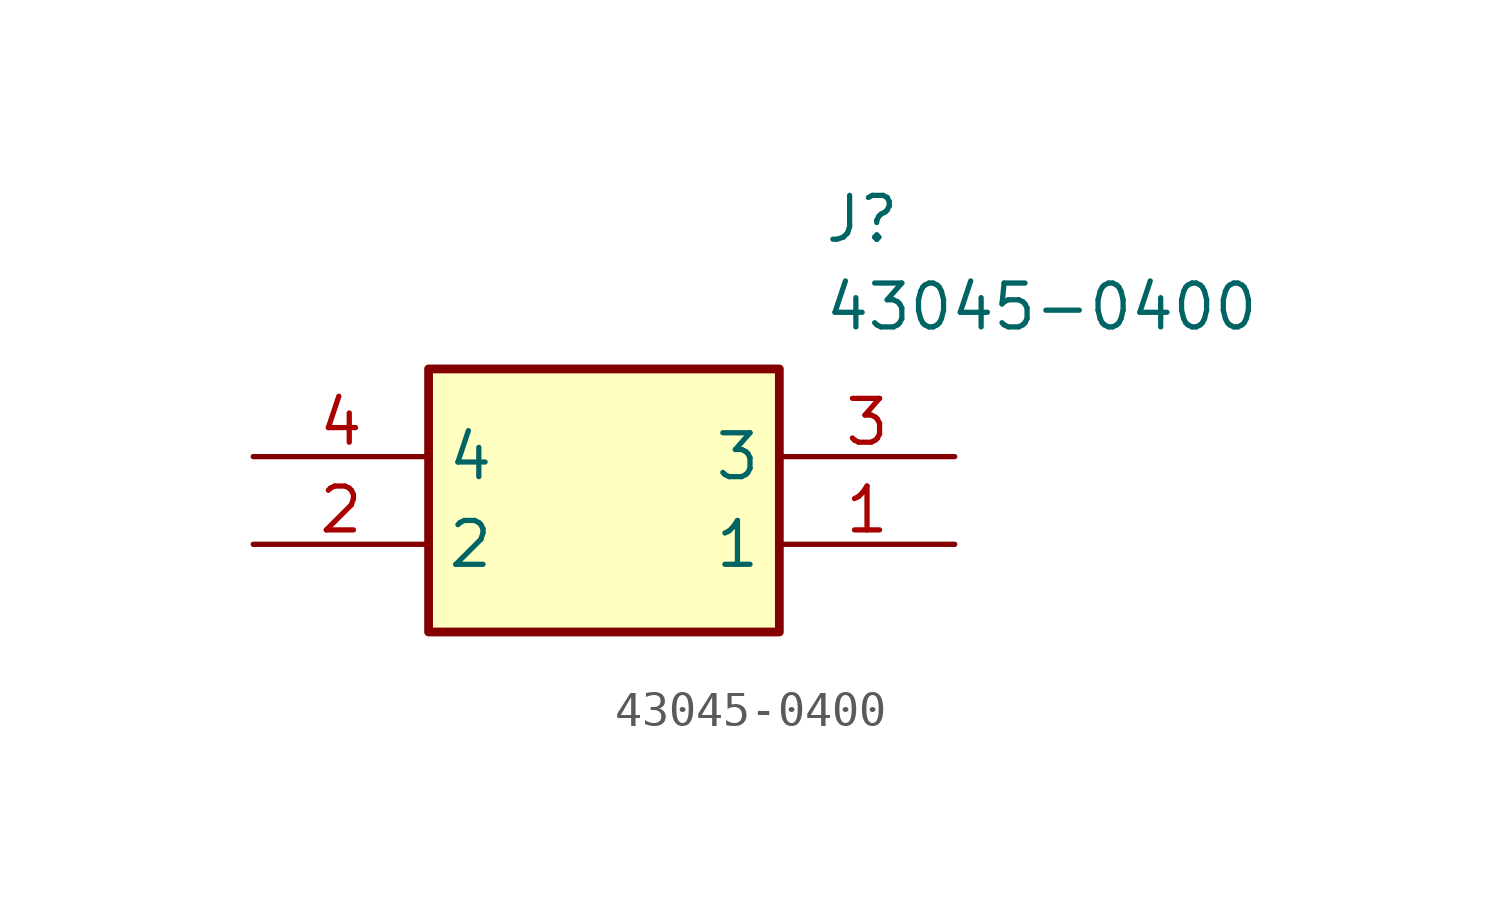
<source format=kicad_sym>
(kicad_symbol_lib
  (version 20211014)
  (generator SamacSys_ECAD_Model)
  (symbol "43045-0400"
    (property "Reference" "J"
      (at 16.51 7.62 0)
      (effects (font (size 1.27 1.27)) (justify left top)))
    (property "Value" "43045-0400"
      (at 16.51 5.08 0)
      (effects (font (size 1.27 1.27)) (justify left top)))
    (rectangle
      (start 5.08 2.54)
      (end 15.24 -5.08)
      (stroke (width 0.254) (type default))
      (fill (type background)))
    (pin passive line
      (at 20.32 -2.54 180)
      (length 5.08)
      (name "1" (effects (font (size 1.27 1.27))))
      (number "1" (effects (font (size 1.27 1.27)))))
    (pin passive line
      (at 0 -2.54 0)
      (length 5.08)
      (name "2" (effects (font (size 1.27 1.27))))
      (number "2" (effects (font (size 1.27 1.27)))))
    (pin passive line
      (at 20.32 0 180)
      (length 5.08)
      (name "3" (effects (font (size 1.27 1.27))))
      (number "3" (effects (font (size 1.27 1.27)))))
    (pin passive line
      (at 0 0 0)
      (length 5.08)
      (name "4" (effects (font (size 1.27 1.27))))
      (number "4" (effects (font (size 1.27 1.27)))))))
</source>
